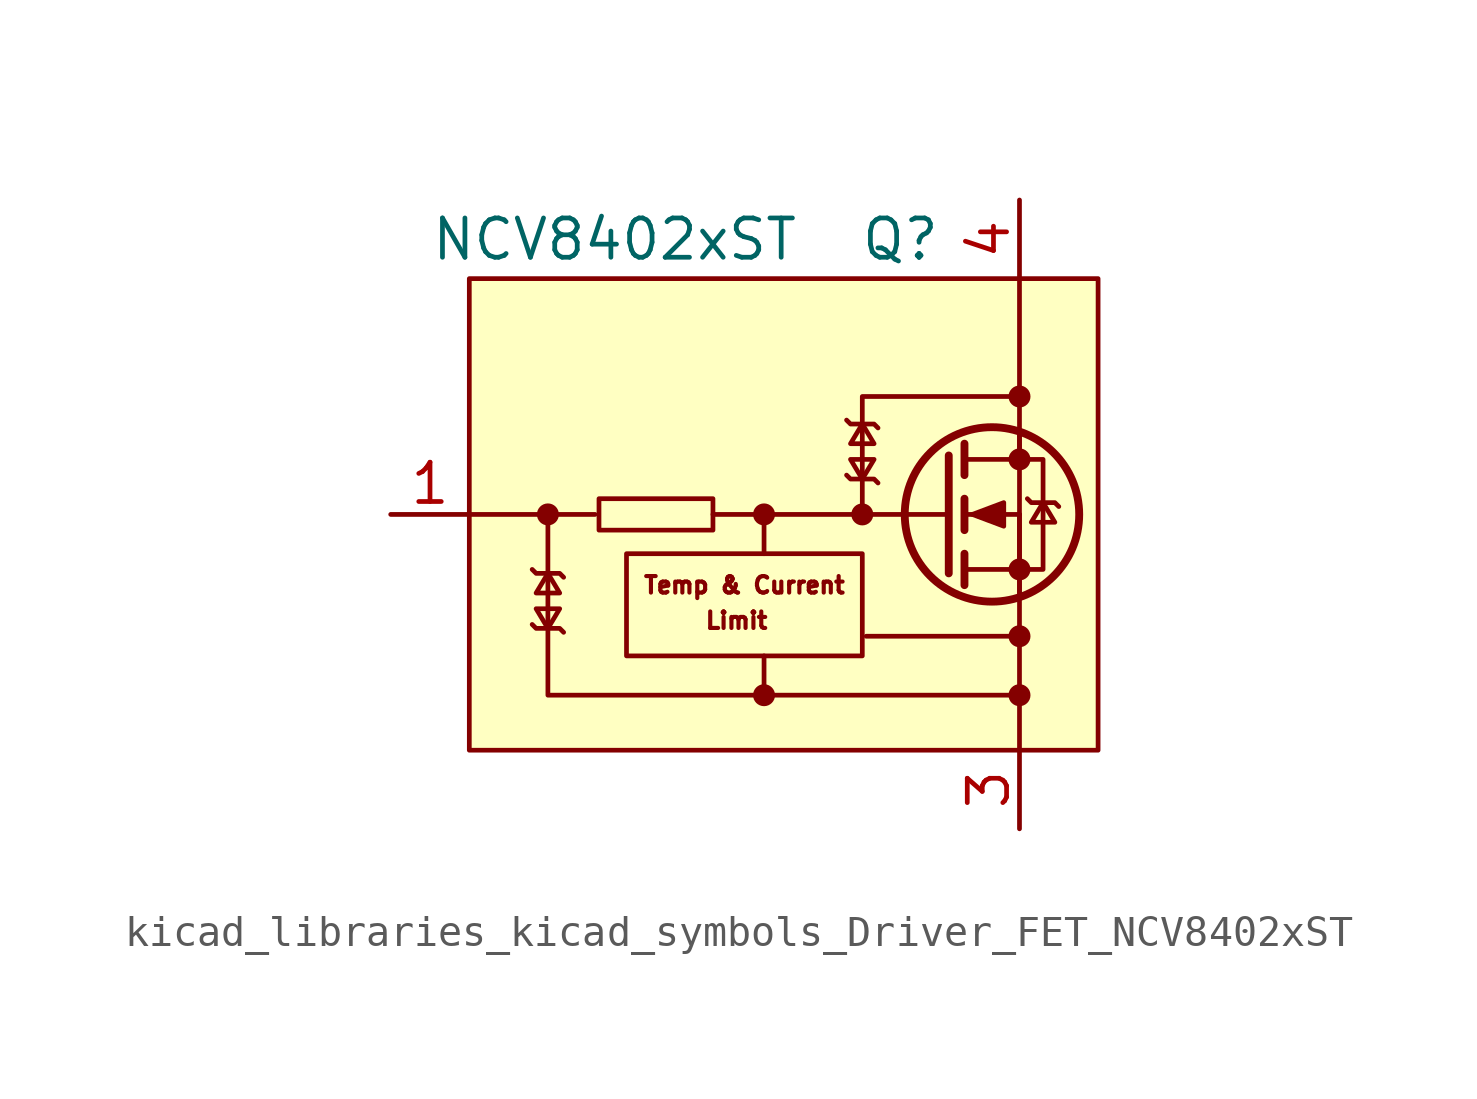
<source format=kicad_sym>
(kicad_symbol_lib
  (version 20220914)
  (generator kicad_symbol_editor)
  (symbol "kicad_libraries_kicad_symbols_Driver_FET_NCV8402xST"
    (pin_names
      (offset 0) hide)
    (property "Reference" "Q"
      (at 5.08 8.89 0)
      (effects (font (size 1.27 1.27)) (justify right)))
    (property "Value" "NCV8402xST"
      (at -11.43 8.89 0)
      (effects (font (size 1.27 1.27)) (justify left)))
    (symbol "kicad_libraries_kicad_symbols_Driver_FET_NCV8402xST_0_0"
      (rectangle (start -10.16 7.62) (end 10.16 -7.62) (stroke (width 0) (type default)) (fill (type background)))
      (rectangle (start -5.969 0.508) (end -2.286 -0.508) (stroke (width 0) (type default)) (fill (type none)))
      (polyline (pts (xy 7.62 2.54) (xy 7.62 -7.62)) (stroke (width 0) (type default)) (fill (type none)))
      (polyline (pts (xy 7.62 2.54) (xy 7.62 7.62)) (stroke (width 0) (type default)) (fill (type none)))
      (polyline (pts (xy -0.635 -1.27) (xy -0.635 -0.635) (xy -0.635 0)) (stroke (width 0) (type default)) (fill (type none)))
      (polyline (pts (xy 2.54 0) (xy -2.286 0) (xy -0.889 0)) (stroke (width 0) (type default)) (fill (type none)))
      (polyline (pts (xy 2.54 0) (xy 2.54 3.81) (xy 7.62 3.81)) (stroke (width 0) (type default)) (fill (type none)))
      (polyline (pts (xy 7.62 -5.842) (xy -0.635 -5.842) (xy -0.635 -4.572)) (stroke (width 0) (type default)) (fill (type none)))
      (polyline (pts (xy -0.635 -5.842) (xy -7.62 -5.842) (xy -7.62 0) (xy -6.096 0)) (stroke (width 0) (type default)) (fill (type none)))
      (text "Limit" (at -1.524 -3.429 0) (effects (font (size 0.533 0.533))))
      (text "Temp & Current" (at -1.27 -2.286 0) (effects (font (size 0.533 0.533)))))
    (symbol "kicad_libraries_kicad_symbols_Driver_FET_NCV8402xST_0_1"
      (rectangle (start -5.08 -1.27) (end 2.54 -4.572) (stroke (width 0) (type default)) (fill (type none)))
      (polyline (pts (xy -7.62 0) (xy -10.16 0)) (stroke (width 0) (type default)) (fill (type none)))
      (polyline (pts (xy 7.62 -3.937) (xy 2.667 -3.937)) (stroke (width 0) (type default)) (fill (type none))))
    (symbol "kicad_libraries_kicad_symbols_Driver_FET_NCV8402xST_1_1"
      (circle (center -7.62 0) (radius 0.279) (stroke (width 0) (type default)) (fill (type outline)))
      (circle (center -0.635 -5.842) (radius 0.279) (stroke (width 0) (type default)) (fill (type outline)))
      (circle (center -0.635 0) (radius 0.279) (stroke (width 0) (type default)) (fill (type outline)))
      (polyline (pts (xy 2.54 0) (xy 5.334 0)) (stroke (width 0) (type default)) (fill (type none)))
      (polyline (pts (xy 5.842 -1.778) (xy 7.62 -1.778)) (stroke (width 0) (type default)) (fill (type none)))
      (polyline (pts (xy 5.842 -1.27) (xy 5.842 -2.286)) (stroke (width 0.254) (type default)) (fill (type none)))
      (polyline (pts (xy 5.842 0) (xy 7.62 0)) (stroke (width 0) (type default)) (fill (type none)))
      (polyline (pts (xy 5.842 0.508) (xy 5.842 -0.508)) (stroke (width 0.254) (type default)) (fill (type none)))
      (polyline (pts (xy 5.842 1.778) (xy 7.62 1.778)) (stroke (width 0) (type default)) (fill (type none)))
      (polyline (pts (xy 5.842 2.286) (xy 5.842 1.27)) (stroke (width 0.254) (type default)) (fill (type none)))
      (polyline (pts (xy 7.62 -1.778) (xy 7.62 -2.54)) (stroke (width 0) (type default)) (fill (type none)))
      (polyline (pts (xy 7.62 -1.778) (xy 7.62 0)) (stroke (width 0) (type default)) (fill (type none)))
      (polyline (pts (xy 7.62 2.54) (xy 7.62 1.778)) (stroke (width 0) (type default)) (fill (type none)))
      (polyline (pts (xy 5.334 1.905) (xy 5.334 -1.905) (xy 5.334 -1.905)) (stroke (width 0.254) (type default)) (fill (type none)))
      (polyline (pts (xy -8.128 -1.778) (xy -8.001 -1.905) (xy -7.239 -1.905) (xy -7.112 -2.032)) (stroke (width 0) (type default)) (fill (type none)))
      (polyline (pts (xy -7.62 -3.683) (xy -7.239 -3.048) (xy -8.001 -3.048) (xy -7.62 -3.683)) (stroke (width 0) (type default)) (fill (type none)))
      (polyline (pts (xy -7.62 -1.905) (xy -8.001 -2.54) (xy -7.239 -2.54) (xy -7.62 -1.905)) (stroke (width 0) (type default)) (fill (type none)))
      (polyline (pts (xy -7.112 -3.81) (xy -7.239 -3.683) (xy -8.001 -3.683) (xy -8.128 -3.556)) (stroke (width 0) (type default)) (fill (type none)))
      (polyline (pts (xy 2.032 3.048) (xy 2.159 2.921) (xy 2.921 2.921) (xy 3.048 2.794)) (stroke (width 0) (type default)) (fill (type none)))
      (polyline (pts (xy 2.54 1.143) (xy 2.921 1.778) (xy 2.159 1.778) (xy 2.54 1.143)) (stroke (width 0) (type default)) (fill (type none)))
      (polyline (pts (xy 2.54 2.921) (xy 2.159 2.286) (xy 2.921 2.286) (xy 2.54 2.921)) (stroke (width 0) (type default)) (fill (type none)))
      (polyline (pts (xy 3.048 1.016) (xy 2.921 1.143) (xy 2.159 1.143) (xy 2.032 1.27)) (stroke (width 0) (type default)) (fill (type none)))
      (polyline (pts (xy 6.096 0) (xy 7.112 0.381) (xy 7.112 -0.381) (xy 6.096 0)) (stroke (width 0) (type default)) (fill (type outline)))
      (polyline (pts (xy 7.62 -1.778) (xy 8.382 -1.778) (xy 8.382 1.778) (xy 7.62 1.778)) (stroke (width 0) (type default)) (fill (type none)))
      (polyline (pts (xy 7.874 0.508) (xy 8.001 0.381) (xy 8.763 0.381) (xy 8.89 0.254)) (stroke (width 0) (type default)) (fill (type none)))
      (polyline (pts (xy 8.382 0.381) (xy 8.001 -0.254) (xy 8.763 -0.254) (xy 8.382 0.381)) (stroke (width 0) (type default)) (fill (type none)))
      (circle (center 2.54 0) (radius 0.279) (stroke (width 0) (type default)) (fill (type outline)))
      (circle (center 6.731 0) (radius 2.819) (stroke (width 0.254) (type default)) (fill (type none)))
      (circle (center 7.62 -5.842) (radius 0.279) (stroke (width 0) (type default)) (fill (type outline)))
      (circle (center 7.62 -3.937) (radius 0.279) (stroke (width 0) (type default)) (fill (type outline)))
      (circle (center 7.62 -1.778) (radius 0.279) (stroke (width 0) (type default)) (fill (type outline)))
      (circle (center 7.62 1.778) (radius 0.279) (stroke (width 0) (type default)) (fill (type outline)))
      (circle (center 7.62 3.81) (radius 0.279) (stroke (width 0) (type default)) (fill (type outline)))
      (pin input line (at -12.7 0 0) (length 2.54) (name "G" (effects (font (size 1.27 1.27)))) (number "1" (effects (font (size 1.27 1.27)))))
      (pin passive line (at 7.62 10.16 270) (length 2.54) hide (name "D" (effects (font (size 1.27 1.27)))) (number "2" (effects (font (size 1.27 1.27)))))
      (pin passive line (at 7.62 -10.16 90) (length 2.54) (name "S" (effects (font (size 1.27 1.27)))) (number "3" (effects (font (size 1.27 1.27)))))
      (pin passive line (at 7.62 10.16 270) (length 2.54) (name "D" (effects (font (size 1.27 1.27)))) (number "4" (effects (font (size 1.27 1.27))))))))
</source>
